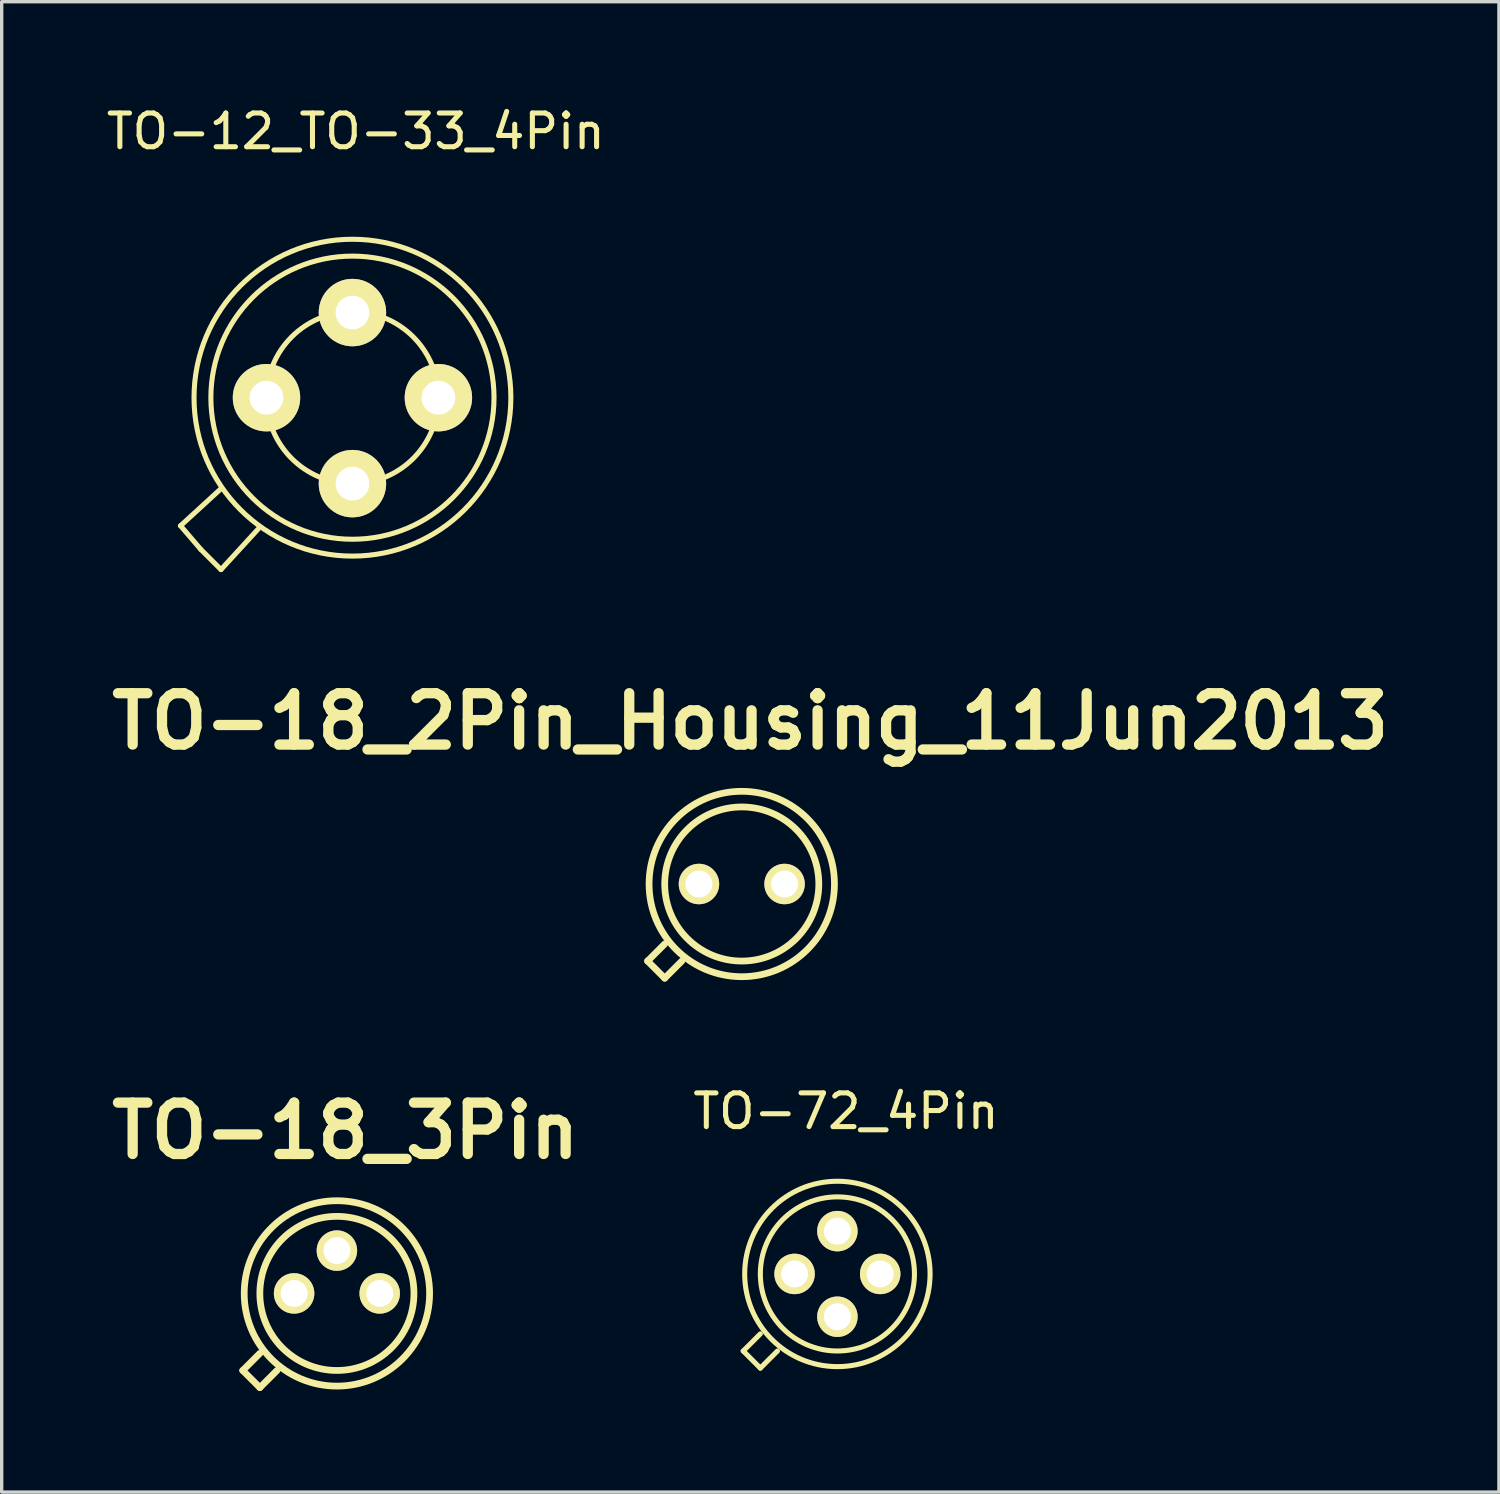
<source format=kicad_pcb>
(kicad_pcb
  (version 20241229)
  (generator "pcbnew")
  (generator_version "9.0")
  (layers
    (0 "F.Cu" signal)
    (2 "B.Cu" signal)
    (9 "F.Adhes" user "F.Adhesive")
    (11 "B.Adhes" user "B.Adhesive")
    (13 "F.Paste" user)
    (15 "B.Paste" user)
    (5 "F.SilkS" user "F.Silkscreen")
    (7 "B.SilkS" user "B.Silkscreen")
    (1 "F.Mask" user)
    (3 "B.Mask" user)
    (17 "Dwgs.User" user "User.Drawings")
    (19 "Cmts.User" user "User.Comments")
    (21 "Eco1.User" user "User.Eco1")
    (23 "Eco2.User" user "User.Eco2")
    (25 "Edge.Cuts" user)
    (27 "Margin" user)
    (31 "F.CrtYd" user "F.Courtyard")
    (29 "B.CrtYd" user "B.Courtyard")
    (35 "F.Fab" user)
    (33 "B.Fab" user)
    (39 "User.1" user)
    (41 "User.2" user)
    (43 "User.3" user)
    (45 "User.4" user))
  (footprint "TO-72_4Pin"
    (layer "F.Cu")
    (at 21.793 34.744)
    (property "Reference" "TO-72_4Pin" (at 0.254 -4.826 0) (layer "F.SilkS") (effects (font (size 1 1) (thickness 0.15))))
    (attr through_hole)
    (fp_line (start -2.794 2.286) (end -2.286 1.778) (stroke (width 0.15) (type solid)) (layer "F.SilkS"))
    (fp_line (start -2.286 2.794) (end -2.794 2.286) (stroke (width 0.15) (type solid)) (layer "F.SilkS"))
    (fp_line (start -1.778 2.286) (end -2.286 2.794) (stroke (width 0.15) (type solid)) (layer "F.SilkS"))
    (fp_circle (center 0 0) (end 2.286 0) (stroke (width 0.15) (type solid)) (fill no) (layer "F.SilkS"))
    (fp_circle (center 0 0) (end 2.75 0) (stroke (width 0.15) (type solid)) (fill no) (layer "F.SilkS"))
    (pad "1" thru_hole circle (at -1.27 0) (size 1.2 1.2) (drill 0.8) (layers "*.Cu" "*.Mask" "F.SilkS"))
    (pad "2" thru_hole circle (at 0 -1.27) (size 1.2 1.2) (drill 0.8) (layers "*.Cu" "*.Mask" "F.SilkS"))
    (pad "3" thru_hole circle (at 1.27 0) (size 1.2 1.2) (drill 0.8) (layers "*.Cu" "*.Mask" "F.SilkS"))
    (pad "4" thru_hole circle (at 0 1.27) (size 1.2 1.2) (drill 0.8) (layers "*.Cu" "*.Mask" "F.SilkS")))
  (footprint "TO-18_2Pin_Housing_11Jun2013"
    (layer "F.Cu")
    (at 18.956 23.176)
    (property "Reference" "TO-18_2Pin_Housing_11Jun2013" (at 0.254 -4.826 0) (layer "F.SilkS") (effects (font (size 1.524 1.524) (thickness 0.305))))
    (attr through_hole)
    (fp_line (start -2.794 2.286) (end -2.286 1.778) (stroke (width 0.2) (type solid)) (layer "F.SilkS"))
    (fp_line (start -2.286 2.794) (end -2.794 2.286) (stroke (width 0.2) (type solid)) (layer "F.SilkS"))
    (fp_line (start -1.778 2.286) (end -2.286 2.794) (stroke (width 0.2) (type solid)) (layer "F.SilkS"))
    (fp_circle (center 0 0) (end 2.286 0) (stroke (width 0.2) (type solid)) (fill no) (layer "F.SilkS"))
    (fp_circle (center 0 0) (end 2.75 0) (stroke (width 0.2) (type solid)) (fill no) (layer "F.SilkS"))
    (pad "1" thru_hole circle (at 1.27 0) (size 1.2 1.2) (drill 0.8) (layers "*.Cu" "*.Mask" "F.SilkS"))
    (pad "2" thru_hole circle (at -1.27 0) (size 1.2 1.2) (drill 0.8) (layers "*.Cu" "*.Mask" "F.SilkS")))
  (footprint "TO-18_3Pin"
    (layer "F.Cu")
    (at 6.945 35.322)
    (property "Reference" "TO-18_3Pin" (at 0.254 -4.826 0) (layer "F.SilkS") (effects (font (size 1.524 1.524) (thickness 0.305))))
    (attr through_hole)
    (fp_line (start -2.794 2.286) (end -2.286 1.778) (stroke (width 0.2) (type solid)) (layer "F.SilkS"))
    (fp_line (start -2.286 2.794) (end -2.794 2.286) (stroke (width 0.2) (type solid)) (layer "F.SilkS"))
    (fp_line (start -1.778 2.286) (end -2.286 2.794) (stroke (width 0.2) (type solid)) (layer "F.SilkS"))
    (fp_circle (center 0 0) (end 2.286 0) (stroke (width 0.2) (type solid)) (fill no) (layer "F.SilkS"))
    (fp_circle (center 0 0) (end 2.75 0) (stroke (width 0.2) (type solid)) (fill no) (layer "F.SilkS"))
    (pad "1" thru_hole circle (at -1.27 0) (size 1.2 1.2) (drill 0.8) (layers "*.Cu" "*.Mask" "F.SilkS"))
    (pad "2" thru_hole circle (at 0 -1.27) (size 1.2 1.2) (drill 0.8) (layers "*.Cu" "*.Mask" "F.SilkS"))
    (pad "3" thru_hole circle (at 1.27 0) (size 1.2 1.2) (drill 0.8) (layers "*.Cu" "*.Mask" "F.SilkS")))
  (footprint "TO-12_TO-33_4Pin"
    (layer "F.Cu")
    (at 7.406 8.748)
    (property "Reference" "TO-12_TO-33_4Pin" (at 0.1 -7.9 0) (layer "F.SilkS") (effects (font (size 1 1) (thickness 0.15))))
    (attr through_hole)
    (fp_line (start -5.1 3.8) (end -3.9 2.7) (stroke (width 0.15) (type solid)) (layer "F.SilkS"))
    (fp_line (start -4.5 4.5) (end -5.1 3.8) (stroke (width 0.15) (type solid)) (layer "F.SilkS"))
    (fp_line (start -4.5 4.5) (end -3.9 5.1) (stroke (width 0.15) (type solid)) (layer "F.SilkS"))
    (fp_line (start -3.9 5.1) (end -2.8 3.9) (stroke (width 0.15) (type solid)) (layer "F.SilkS"))
    (fp_circle (center 0 0) (end 2.55 0) (stroke (width 0.15) (type solid)) (fill no) (layer "F.SilkS"))
    (fp_circle (center 0 0) (end 4.2 0) (stroke (width 0.15) (type solid)) (fill no) (layer "F.SilkS"))
    (fp_circle (center 0 0) (end 4.7 0) (stroke (width 0.15) (type solid)) (fill no) (layer "F.SilkS"))
    (pad "1" thru_hole circle (at -2.55 0) (size 2 2) (drill 1) (layers "*.Cu" "*.Mask" "F.SilkS"))
    (pad "2" thru_hole circle (at 0 -2.525) (size 2 2) (drill 1) (layers "*.Cu" "*.Mask" "F.SilkS"))
    (pad "3" thru_hole circle (at 2.55 0) (size 2 2) (drill 1) (layers "*.Cu" "*.Mask" "F.SilkS"))
    (pad "4" thru_hole circle (at 0 2.55) (size 2 2) (drill 1) (layers "*.Cu" "*.Mask" "F.SilkS")))
  (gr_rect
    (start -3 -3)
    (end 41.419 41.216)
    (stroke (width 0.1) (type default))
    (fill no)
    (layer "Edge.Cuts")))
</source>
